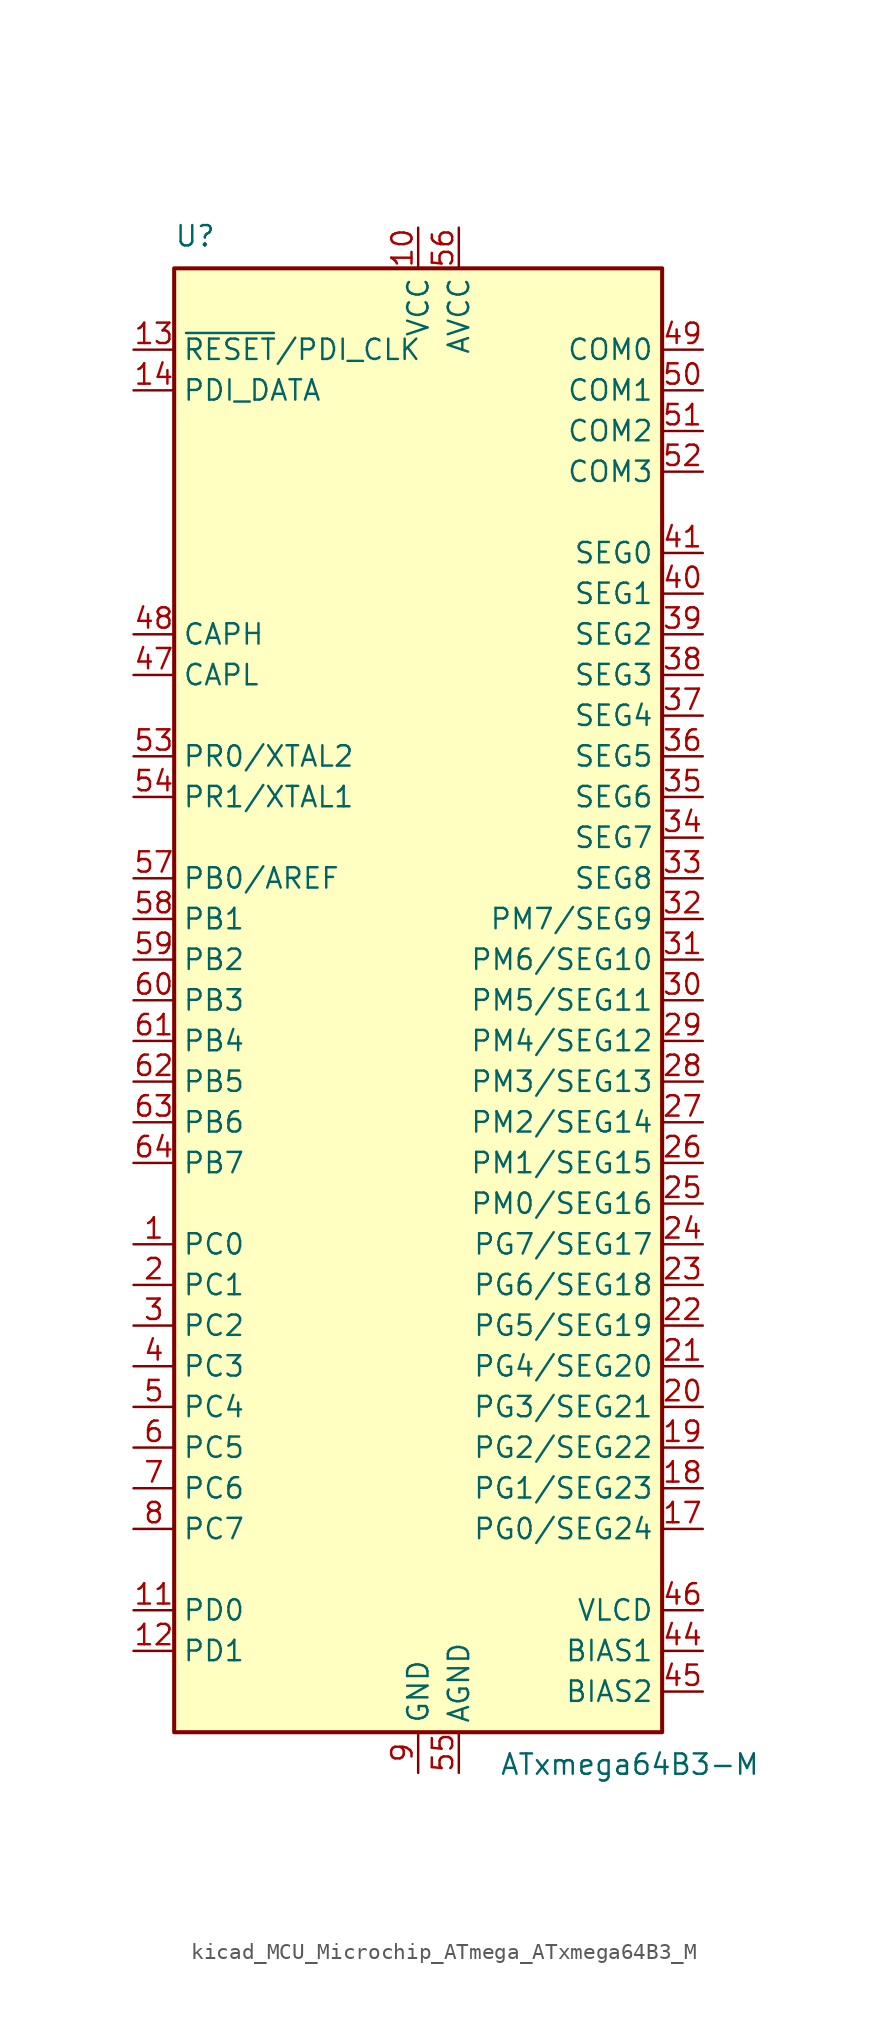
<source format=kicad_sym>
(kicad_symbol_lib
  (version 20220914)
  (generator kicad_symbol_editor)
  (symbol "kicad_MCU_Microchip_ATmega_ATxmega64B3_M"
    (property "Reference" "U"
      (at -15.24 46.99 0)
      (effects (font (size 1.27 1.27)) (justify left bottom)))
    (property "Value" "ATxmega64B3-M"
      (at 5.08 -46.99 0)
      (effects (font (size 1.27 1.27)) (justify left top)))
    (symbol "kicad_MCU_Microchip_ATmega_ATxmega64B3_M_0_1"
      (rectangle (start -15.24 -45.72) (end 15.24 45.72) (stroke (width 0.254) (type default)) (fill (type background))))
    (symbol "kicad_MCU_Microchip_ATmega_ATxmega64B3_M_1_1"
      (pin bidirectional line (at -17.78 -15.24 0) (length 2.54) (name "PC0" (effects (font (size 1.27 1.27)))) (number "1" (effects (font (size 1.27 1.27)))))
      (pin power_in line (at 0 48.26 270) (length 2.54) (name "VCC" (effects (font (size 1.27 1.27)))) (number "10" (effects (font (size 1.27 1.27)))))
      (pin bidirectional line (at -17.78 -38.1 0) (length 2.54) (name "PD0" (effects (font (size 1.27 1.27)))) (number "11" (effects (font (size 1.27 1.27)))))
      (pin bidirectional line (at -17.78 -40.64 0) (length 2.54) (name "PD1" (effects (font (size 1.27 1.27)))) (number "12" (effects (font (size 1.27 1.27)))))
      (pin input line (at -17.78 40.64 0) (length 2.54) (name "~{RESET}/PDI_CLK" (effects (font (size 1.27 1.27)))) (number "13" (effects (font (size 1.27 1.27)))))
      (pin bidirectional line (at -17.78 38.1 0) (length 2.54) (name "PDI_DATA" (effects (font (size 1.27 1.27)))) (number "14" (effects (font (size 1.27 1.27)))))
      (pin passive line (at 0 -48.26 90) (length 2.54) hide (name "GND" (effects (font (size 1.27 1.27)))) (number "15" (effects (font (size 1.27 1.27)))))
      (pin passive line (at 0 48.26 270) (length 2.54) hide (name "VCC" (effects (font (size 1.27 1.27)))) (number "16" (effects (font (size 1.27 1.27)))))
      (pin bidirectional line (at 17.78 -33.02 180) (length 2.54) (name "PG0/SEG24" (effects (font (size 1.27 1.27)))) (number "17" (effects (font (size 1.27 1.27)))))
      (pin bidirectional line (at 17.78 -30.48 180) (length 2.54) (name "PG1/SEG23" (effects (font (size 1.27 1.27)))) (number "18" (effects (font (size 1.27 1.27)))))
      (pin bidirectional line (at 17.78 -27.94 180) (length 2.54) (name "PG2/SEG22" (effects (font (size 1.27 1.27)))) (number "19" (effects (font (size 1.27 1.27)))))
      (pin bidirectional line (at -17.78 -17.78 0) (length 2.54) (name "PC1" (effects (font (size 1.27 1.27)))) (number "2" (effects (font (size 1.27 1.27)))))
      (pin bidirectional line (at 17.78 -25.4 180) (length 2.54) (name "PG3/SEG21" (effects (font (size 1.27 1.27)))) (number "20" (effects (font (size 1.27 1.27)))))
      (pin bidirectional line (at 17.78 -22.86 180) (length 2.54) (name "PG4/SEG20" (effects (font (size 1.27 1.27)))) (number "21" (effects (font (size 1.27 1.27)))))
      (pin bidirectional line (at 17.78 -20.32 180) (length 2.54) (name "PG5/SEG19" (effects (font (size 1.27 1.27)))) (number "22" (effects (font (size 1.27 1.27)))))
      (pin bidirectional line (at 17.78 -17.78 180) (length 2.54) (name "PG6/SEG18" (effects (font (size 1.27 1.27)))) (number "23" (effects (font (size 1.27 1.27)))))
      (pin bidirectional line (at 17.78 -15.24 180) (length 2.54) (name "PG7/SEG17" (effects (font (size 1.27 1.27)))) (number "24" (effects (font (size 1.27 1.27)))))
      (pin bidirectional line (at 17.78 -12.7 180) (length 2.54) (name "PM0/SEG16" (effects (font (size 1.27 1.27)))) (number "25" (effects (font (size 1.27 1.27)))))
      (pin bidirectional line (at 17.78 -10.16 180) (length 2.54) (name "PM1/SEG15" (effects (font (size 1.27 1.27)))) (number "26" (effects (font (size 1.27 1.27)))))
      (pin bidirectional line (at 17.78 -7.62 180) (length 2.54) (name "PM2/SEG14" (effects (font (size 1.27 1.27)))) (number "27" (effects (font (size 1.27 1.27)))))
      (pin bidirectional line (at 17.78 -5.08 180) (length 2.54) (name "PM3/SEG13" (effects (font (size 1.27 1.27)))) (number "28" (effects (font (size 1.27 1.27)))))
      (pin bidirectional line (at 17.78 -2.54 180) (length 2.54) (name "PM4/SEG12" (effects (font (size 1.27 1.27)))) (number "29" (effects (font (size 1.27 1.27)))))
      (pin bidirectional line (at -17.78 -20.32 0) (length 2.54) (name "PC2" (effects (font (size 1.27 1.27)))) (number "3" (effects (font (size 1.27 1.27)))))
      (pin bidirectional line (at 17.78 0 180) (length 2.54) (name "PM5/SEG11" (effects (font (size 1.27 1.27)))) (number "30" (effects (font (size 1.27 1.27)))))
      (pin bidirectional line (at 17.78 2.54 180) (length 2.54) (name "PM6/SEG10" (effects (font (size 1.27 1.27)))) (number "31" (effects (font (size 1.27 1.27)))))
      (pin bidirectional line (at 17.78 5.08 180) (length 2.54) (name "PM7/SEG9" (effects (font (size 1.27 1.27)))) (number "32" (effects (font (size 1.27 1.27)))))
      (pin output line (at 17.78 7.62 180) (length 2.54) (name "SEG8" (effects (font (size 1.27 1.27)))) (number "33" (effects (font (size 1.27 1.27)))))
      (pin output line (at 17.78 10.16 180) (length 2.54) (name "SEG7" (effects (font (size 1.27 1.27)))) (number "34" (effects (font (size 1.27 1.27)))))
      (pin output line (at 17.78 12.7 180) (length 2.54) (name "SEG6" (effects (font (size 1.27 1.27)))) (number "35" (effects (font (size 1.27 1.27)))))
      (pin output line (at 17.78 15.24 180) (length 2.54) (name "SEG5" (effects (font (size 1.27 1.27)))) (number "36" (effects (font (size 1.27 1.27)))))
      (pin output line (at 17.78 17.78 180) (length 2.54) (name "SEG4" (effects (font (size 1.27 1.27)))) (number "37" (effects (font (size 1.27 1.27)))))
      (pin output line (at 17.78 20.32 180) (length 2.54) (name "SEG3" (effects (font (size 1.27 1.27)))) (number "38" (effects (font (size 1.27 1.27)))))
      (pin output line (at 17.78 22.86 180) (length 2.54) (name "SEG2" (effects (font (size 1.27 1.27)))) (number "39" (effects (font (size 1.27 1.27)))))
      (pin bidirectional line (at -17.78 -22.86 0) (length 2.54) (name "PC3" (effects (font (size 1.27 1.27)))) (number "4" (effects (font (size 1.27 1.27)))))
      (pin output line (at 17.78 25.4 180) (length 2.54) (name "SEG1" (effects (font (size 1.27 1.27)))) (number "40" (effects (font (size 1.27 1.27)))))
      (pin output line (at 17.78 27.94 180) (length 2.54) (name "SEG0" (effects (font (size 1.27 1.27)))) (number "41" (effects (font (size 1.27 1.27)))))
      (pin passive line (at 0 -48.26 90) (length 2.54) hide (name "GND" (effects (font (size 1.27 1.27)))) (number "42" (effects (font (size 1.27 1.27)))))
      (pin passive line (at 0 48.26 270) (length 2.54) hide (name "VCC" (effects (font (size 1.27 1.27)))) (number "43" (effects (font (size 1.27 1.27)))))
      (pin power_out line (at 17.78 -40.64 180) (length 2.54) (name "BIAS1" (effects (font (size 1.27 1.27)))) (number "44" (effects (font (size 1.27 1.27)))))
      (pin power_out line (at 17.78 -43.18 180) (length 2.54) (name "BIAS2" (effects (font (size 1.27 1.27)))) (number "45" (effects (font (size 1.27 1.27)))))
      (pin power_out line (at 17.78 -38.1 180) (length 2.54) (name "VLCD" (effects (font (size 1.27 1.27)))) (number "46" (effects (font (size 1.27 1.27)))))
      (pin passive line (at -17.78 20.32 0) (length 2.54) (name "CAPL" (effects (font (size 1.27 1.27)))) (number "47" (effects (font (size 1.27 1.27)))))
      (pin passive line (at -17.78 22.86 0) (length 2.54) (name "CAPH" (effects (font (size 1.27 1.27)))) (number "48" (effects (font (size 1.27 1.27)))))
      (pin output line (at 17.78 40.64 180) (length 2.54) (name "COM0" (effects (font (size 1.27 1.27)))) (number "49" (effects (font (size 1.27 1.27)))))
      (pin bidirectional line (at -17.78 -25.4 0) (length 2.54) (name "PC4" (effects (font (size 1.27 1.27)))) (number "5" (effects (font (size 1.27 1.27)))))
      (pin output line (at 17.78 38.1 180) (length 2.54) (name "COM1" (effects (font (size 1.27 1.27)))) (number "50" (effects (font (size 1.27 1.27)))))
      (pin output line (at 17.78 35.56 180) (length 2.54) (name "COM2" (effects (font (size 1.27 1.27)))) (number "51" (effects (font (size 1.27 1.27)))))
      (pin output line (at 17.78 33.02 180) (length 2.54) (name "COM3" (effects (font (size 1.27 1.27)))) (number "52" (effects (font (size 1.27 1.27)))))
      (pin bidirectional line (at -17.78 15.24 0) (length 2.54) (name "PR0/XTAL2" (effects (font (size 1.27 1.27)))) (number "53" (effects (font (size 1.27 1.27)))))
      (pin bidirectional line (at -17.78 12.7 0) (length 2.54) (name "PR1/XTAL1" (effects (font (size 1.27 1.27)))) (number "54" (effects (font (size 1.27 1.27)))))
      (pin power_in line (at 2.54 -48.26 90) (length 2.54) (name "AGND" (effects (font (size 1.27 1.27)))) (number "55" (effects (font (size 1.27 1.27)))))
      (pin power_in line (at 2.54 48.26 270) (length 2.54) (name "AVCC" (effects (font (size 1.27 1.27)))) (number "56" (effects (font (size 1.27 1.27)))))
      (pin bidirectional line (at -17.78 7.62 0) (length 2.54) (name "PB0/AREF" (effects (font (size 1.27 1.27)))) (number "57" (effects (font (size 1.27 1.27)))))
      (pin bidirectional line (at -17.78 5.08 0) (length 2.54) (name "PB1" (effects (font (size 1.27 1.27)))) (number "58" (effects (font (size 1.27 1.27)))))
      (pin bidirectional line (at -17.78 2.54 0) (length 2.54) (name "PB2" (effects (font (size 1.27 1.27)))) (number "59" (effects (font (size 1.27 1.27)))))
      (pin bidirectional line (at -17.78 -27.94 0) (length 2.54) (name "PC5" (effects (font (size 1.27 1.27)))) (number "6" (effects (font (size 1.27 1.27)))))
      (pin bidirectional line (at -17.78 0 0) (length 2.54) (name "PB3" (effects (font (size 1.27 1.27)))) (number "60" (effects (font (size 1.27 1.27)))))
      (pin bidirectional line (at -17.78 -2.54 0) (length 2.54) (name "PB4" (effects (font (size 1.27 1.27)))) (number "61" (effects (font (size 1.27 1.27)))))
      (pin bidirectional line (at -17.78 -5.08 0) (length 2.54) (name "PB5" (effects (font (size 1.27 1.27)))) (number "62" (effects (font (size 1.27 1.27)))))
      (pin bidirectional line (at -17.78 -7.62 0) (length 2.54) (name "PB6" (effects (font (size 1.27 1.27)))) (number "63" (effects (font (size 1.27 1.27)))))
      (pin bidirectional line (at -17.78 -10.16 0) (length 2.54) (name "PB7" (effects (font (size 1.27 1.27)))) (number "64" (effects (font (size 1.27 1.27)))))
      (pin passive line (at 0 -48.26 90) (length 2.54) hide (name "GND" (effects (font (size 1.27 1.27)))) (number "65" (effects (font (size 1.27 1.27)))))
      (pin bidirectional line (at -17.78 -30.48 0) (length 2.54) (name "PC6" (effects (font (size 1.27 1.27)))) (number "7" (effects (font (size 1.27 1.27)))))
      (pin bidirectional line (at -17.78 -33.02 0) (length 2.54) (name "PC7" (effects (font (size 1.27 1.27)))) (number "8" (effects (font (size 1.27 1.27)))))
      (pin power_in line (at 0 -48.26 90) (length 2.54) (name "GND" (effects (font (size 1.27 1.27)))) (number "9" (effects (font (size 1.27 1.27))))))))
</source>
